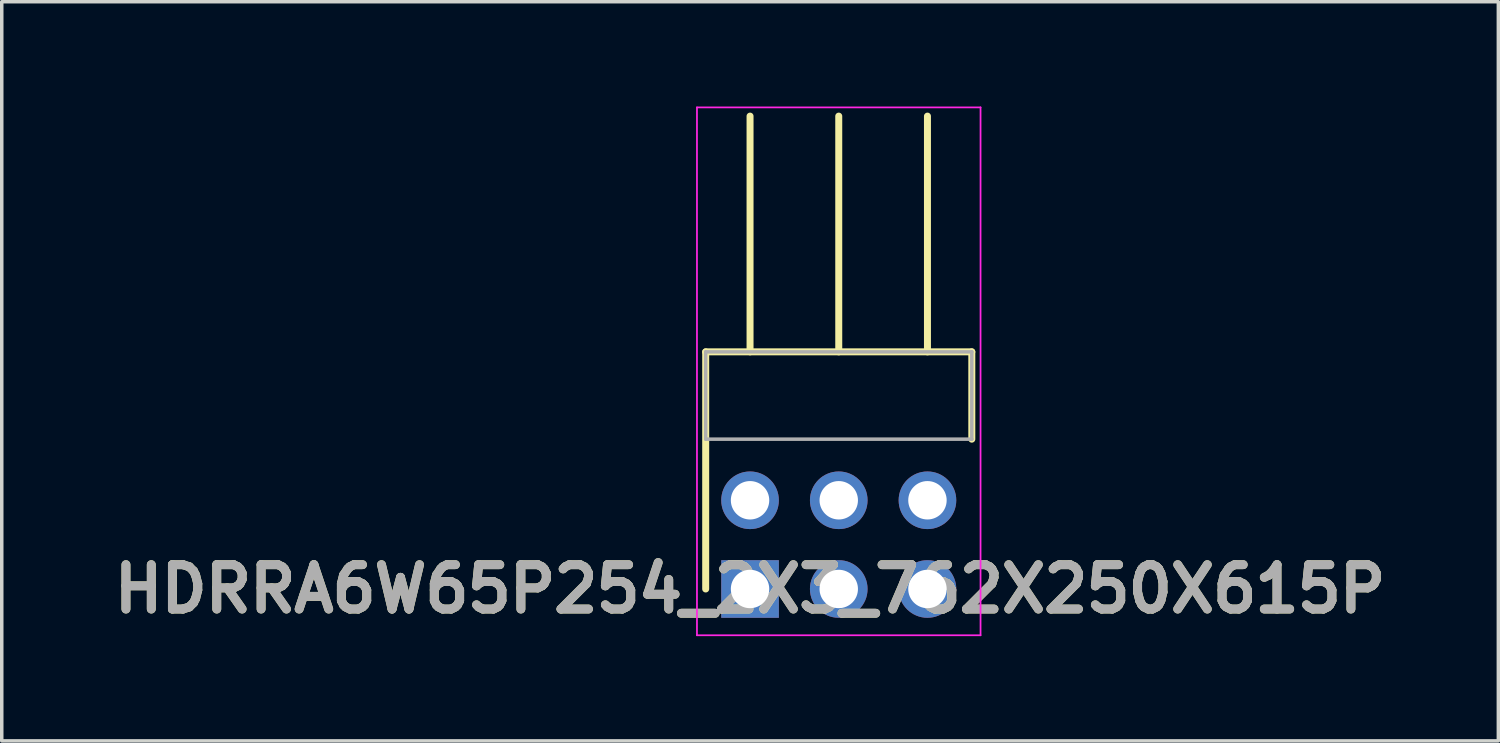
<source format=kicad_pcb>
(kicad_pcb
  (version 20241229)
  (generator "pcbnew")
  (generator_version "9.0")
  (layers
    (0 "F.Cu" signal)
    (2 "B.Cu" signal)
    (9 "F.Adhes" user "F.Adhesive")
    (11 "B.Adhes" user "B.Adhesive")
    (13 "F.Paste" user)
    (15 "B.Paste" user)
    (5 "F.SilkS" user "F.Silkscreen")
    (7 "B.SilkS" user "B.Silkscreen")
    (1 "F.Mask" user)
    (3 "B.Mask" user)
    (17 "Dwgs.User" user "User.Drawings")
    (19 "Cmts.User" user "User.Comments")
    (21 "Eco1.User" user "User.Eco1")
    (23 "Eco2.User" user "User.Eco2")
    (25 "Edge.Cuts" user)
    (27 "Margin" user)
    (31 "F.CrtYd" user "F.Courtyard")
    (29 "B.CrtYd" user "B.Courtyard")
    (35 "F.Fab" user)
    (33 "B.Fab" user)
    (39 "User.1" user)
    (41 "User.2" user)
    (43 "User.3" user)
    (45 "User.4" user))
  (footprint "HDRRA6W65P254_2X3_762X250X615P"
    (layer "F.Cu")
    (at 18.427 13.815)
    (property "Reference" "HDRRA6W65P254_2X3_762X250X615P" (at 0 0 0) (layer "F.SilkS") (effects (font (size 1.27 1.27) (thickness 0.254))))
    (attr through_hole)
    (fp_line (start -1.27 -6.79) (end 6.35 -6.79) (stroke (width 0.2) (type solid)) (layer "F.SilkS"))
    (fp_line (start -1.27 0) (end -1.27 -6.79) (stroke (width 0.2) (type solid)) (layer "F.SilkS"))
    (fp_line (start 0 -6.79) (end 0 -13.54) (stroke (width 0.2) (type solid)) (layer "F.SilkS"))
    (fp_line (start 2.54 -6.79) (end 2.54 -13.54) (stroke (width 0.2) (type solid)) (layer "F.SilkS"))
    (fp_line (start 5.08 -6.79) (end 5.08 -13.54) (stroke (width 0.2) (type solid)) (layer "F.SilkS"))
    (fp_line (start 6.35 -6.79) (end 6.35 -4.29) (stroke (width 0.2) (type solid)) (layer "F.SilkS"))
    (fp_line (start -1.52 -13.79) (end -1.52 1.325) (stroke (width 0.05) (type solid)) (layer "F.CrtYd"))
    (fp_line (start -1.52 1.325) (end 6.6 1.325) (stroke (width 0.05) (type solid)) (layer "F.CrtYd"))
    (fp_line (start 6.6 -13.79) (end -1.52 -13.79) (stroke (width 0.05) (type solid)) (layer "F.CrtYd"))
    (fp_line (start 6.6 1.325) (end 6.6 -13.79) (stroke (width 0.05) (type solid)) (layer "F.CrtYd"))
    (fp_line (start -1.27 -6.79) (end 6.35 -6.79) (stroke (width 0.1) (type solid)) (layer "F.Fab"))
    (fp_line (start -1.27 -4.29) (end -1.27 -6.79) (stroke (width 0.1) (type solid)) (layer "F.Fab"))
    (fp_line (start 6.35 -6.79) (end 6.35 -4.29) (stroke (width 0.1) (type solid)) (layer "F.Fab"))
    (fp_line (start 6.35 -4.29) (end -1.27 -4.29) (stroke (width 0.1) (type solid)) (layer "F.Fab"))
    (fp_text user "${REFERENCE}" (at 0 0 0) (layer "F.Fab") (effects (font (size 1.27 1.27) (thickness 0.254))))
    (pad "1" thru_hole rect (at 0 0) (size 1.65 1.65) (drill 1.1) (layers "*.Cu" "*.Mask"))
    (pad "2" thru_hole circle (at 0 -2.54) (size 1.65 1.65) (drill 1.1) (layers "*.Cu" "*.Mask"))
    (pad "3" thru_hole circle (at 2.54 0) (size 1.65 1.65) (drill 1.1) (layers "*.Cu" "*.Mask"))
    (pad "4" thru_hole circle (at 2.54 -2.54) (size 1.65 1.65) (drill 1.1) (layers "*.Cu" "*.Mask"))
    (pad "5" thru_hole circle (at 5.08 0) (size 1.65 1.65) (drill 1.1) (layers "*.Cu" "*.Mask"))
    (pad "6" thru_hole circle (at 5.08 -2.54) (size 1.65 1.65) (drill 1.1) (layers "*.Cu" "*.Mask")))
  (gr_rect
    (start -3 -3)
    (end 39.854 18.165)
    (stroke (width 0.1) (type default))
    (fill no)
    (layer "Edge.Cuts")))
</source>
